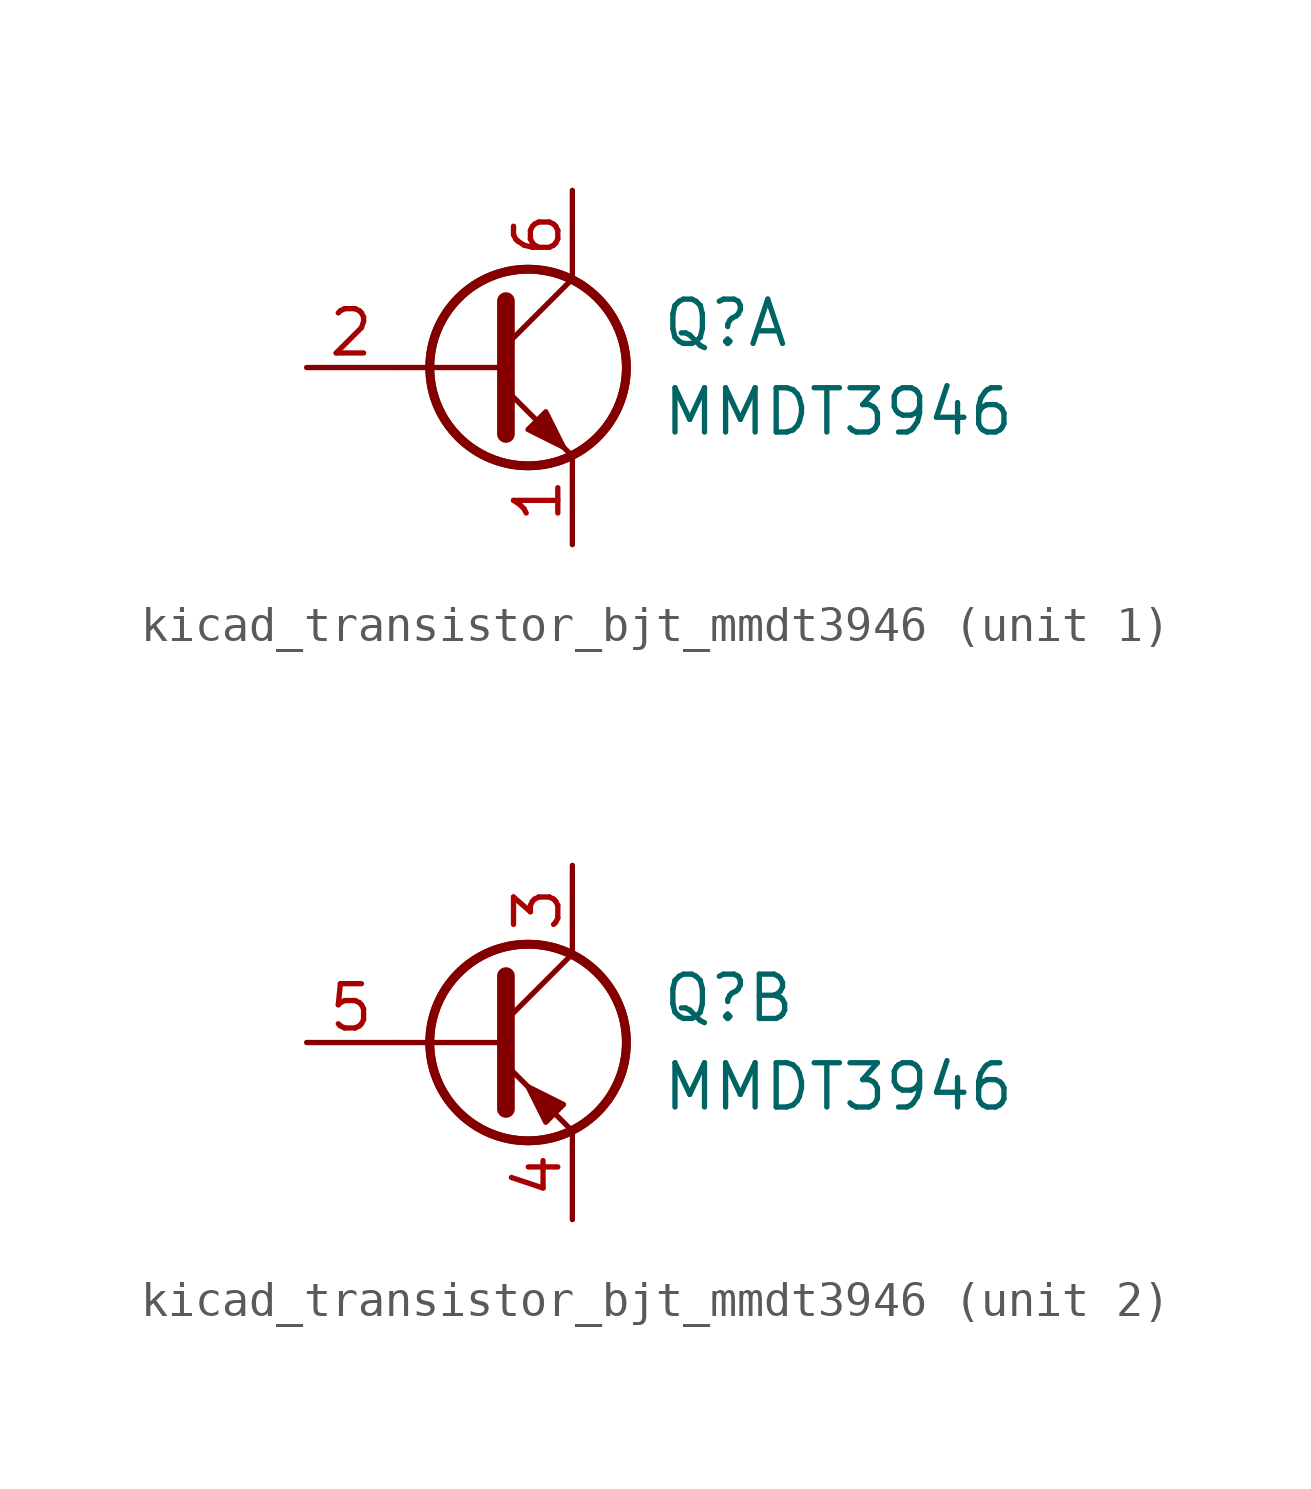
<source format=kicad_sym>
(kicad_symbol_lib
  (version 20220914)
  (generator kicad_symbol_editor)
  (symbol "kicad_transistor_bjt_mmdt3946"
    (pin_names
      (offset 0) hide)
    (property "Reference" "Q"
      (at 5.08 1.27 0)
      (effects (font (size 1.27 1.27)) (justify left)))
    (property "Value" "MMDT3946"
      (at 5.08 -1.27 0)
      (effects (font (size 1.27 1.27)) (justify left)))
    (property "ki_locked" ""
      (at 0 0 0)
      (effects (font (size 1.27 1.27))))
    (symbol "kicad_transistor_bjt_mmdt3946_0_1"
      (polyline (pts (xy 0.635 0) (xy -2.54 0)) (stroke (width 0) (type default)) (fill (type none)))
      (circle (center 1.27 0) (radius 2.819) (stroke (width 0.254) (type default)) (fill (type none)))
      (circle (center 1.27 0) (radius 2.819) (stroke (width 0.254) (type default)) (fill (type none))))
    (symbol "kicad_transistor_bjt_mmdt3946_1_1"
      (polyline (pts (xy 0.635 0.635) (xy 2.54 2.54)) (stroke (width 0) (type default)) (fill (type none)))
      (polyline (pts (xy 0.635 -0.635) (xy 2.54 -2.54) (xy 2.54 -2.54)) (stroke (width 0) (type default)) (fill (type none)))
      (polyline (pts (xy 0.635 1.905) (xy 0.635 -1.905) (xy 0.635 -1.905)) (stroke (width 0.508) (type default)) (fill (type none)))
      (polyline (pts (xy 1.27 -1.778) (xy 1.778 -1.27) (xy 2.286 -2.286) (xy 1.27 -1.778) (xy 1.27 -1.778)) (stroke (width 0) (type default)) (fill (type outline)))
      (pin passive line (at 2.54 -5.08 90) (length 2.54) (name "E1" (effects (font (size 1.27 1.27)))) (number "1" (effects (font (size 1.27 1.27)))))
      (pin input line (at -5.08 0 0) (length 2.54) (name "B1" (effects (font (size 1.27 1.27)))) (number "2" (effects (font (size 1.27 1.27)))))
      (pin passive line (at 2.54 5.08 270) (length 2.54) (name "C1" (effects (font (size 1.27 1.27)))) (number "6" (effects (font (size 1.27 1.27))))))
    (symbol "kicad_transistor_bjt_mmdt3946_2_1"
      (polyline (pts (xy 0.635 0.635) (xy 2.54 2.54)) (stroke (width 0) (type default)) (fill (type none)))
      (polyline (pts (xy 0.635 -0.635) (xy 2.54 -2.54) (xy 2.54 -2.54)) (stroke (width 0) (type default)) (fill (type none)))
      (polyline (pts (xy 0.635 1.905) (xy 0.635 -1.905) (xy 0.635 -1.905)) (stroke (width 0.508) (type default)) (fill (type none)))
      (polyline (pts (xy 2.286 -1.778) (xy 1.778 -2.286) (xy 1.27 -1.27) (xy 2.286 -1.778) (xy 2.286 -1.778)) (stroke (width 0) (type default)) (fill (type outline)))
      (pin passive line (at 2.54 5.08 270) (length 2.54) (name "C2" (effects (font (size 1.27 1.27)))) (number "3" (effects (font (size 1.27 1.27)))))
      (pin passive line (at 2.54 -5.08 90) (length 2.54) (name "E2" (effects (font (size 1.27 1.27)))) (number "4" (effects (font (size 1.27 1.27)))))
      (pin input line (at -5.08 0 0) (length 2.54) (name "B2" (effects (font (size 1.27 1.27)))) (number "5" (effects (font (size 1.27 1.27))))))))
</source>
